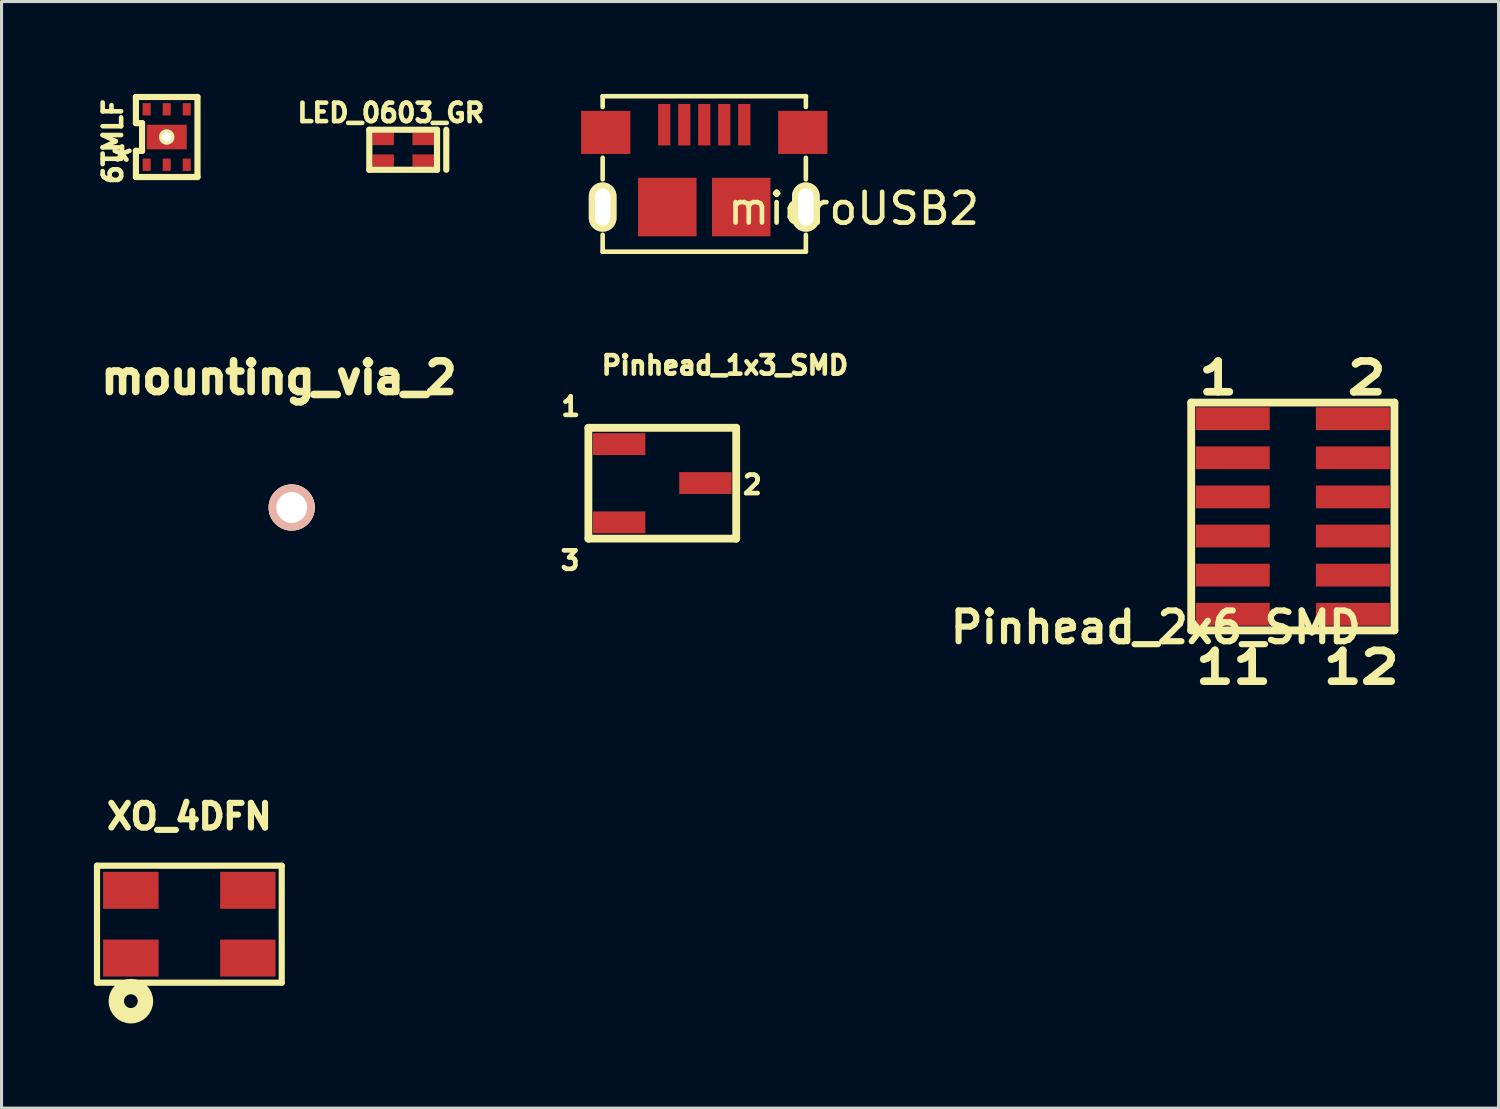
<source format=kicad_pcb>
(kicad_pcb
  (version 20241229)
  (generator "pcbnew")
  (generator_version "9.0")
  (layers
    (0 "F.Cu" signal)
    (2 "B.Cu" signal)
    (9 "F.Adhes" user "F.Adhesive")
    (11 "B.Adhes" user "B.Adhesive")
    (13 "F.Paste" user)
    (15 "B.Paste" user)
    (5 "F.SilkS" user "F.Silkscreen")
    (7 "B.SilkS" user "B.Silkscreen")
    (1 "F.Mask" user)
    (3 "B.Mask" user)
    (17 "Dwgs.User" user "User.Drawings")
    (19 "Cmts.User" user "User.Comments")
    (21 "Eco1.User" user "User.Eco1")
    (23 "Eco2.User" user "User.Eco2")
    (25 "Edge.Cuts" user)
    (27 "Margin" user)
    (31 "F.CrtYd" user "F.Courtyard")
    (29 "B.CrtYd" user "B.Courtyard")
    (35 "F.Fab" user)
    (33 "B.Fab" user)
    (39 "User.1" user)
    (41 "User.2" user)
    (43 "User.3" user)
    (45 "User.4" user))
  (footprint "Pinhead_1x3_SMD"
    (layer "F.Cu")
    (at 18.46 12.644)
    (property "Reference" "Pinhead_1x3_SMD" (at 2.035 -3.83 0) (layer "F.SilkS") (effects (font (size 0.6 0.6) (thickness 0.15))))
    (attr smd)
    (fp_line (start -2.4 -1.8) (end -2.4 1.8) (stroke (width 0.254) (type solid)) (layer "F.SilkS"))
    (fp_line (start -2.4 -1.8) (end 2.4 -1.8) (stroke (width 0.254) (type solid)) (layer "F.SilkS"))
    (fp_line (start -2.4 1.8) (end 2.4 1.8) (stroke (width 0.254) (type solid)) (layer "F.SilkS"))
    (fp_line (start 2.4 1.8) (end 2.4 -1.8) (stroke (width 0.254) (type solid)) (layer "F.SilkS"))
    (fp_text user "1" (at -2.975 -2.49 0) (layer "F.SilkS") (effects (font (size 0.6 0.6) (thickness 0.15))))
    (fp_text user "3" (at -2.995 2.51 0) (layer "F.SilkS") (effects (font (size 0.6 0.6) (thickness 0.15))))
    (fp_text user "2" (at 2.925 0.05 0) (layer "F.SilkS") (effects (font (size 0.6 0.6) (thickness 0.15))))
    (pad "1" smd rect (at -1.4 -1.27) (size 1.7 0.71) (layers "F.Cu" "F.Mask" "F.Paste"))
    (pad "2" smd rect (at 1.4 -0.005) (size 1.7 0.71) (layers "F.Cu" "F.Mask" "F.Paste"))
    (pad "3" smd rect (at -1.4 1.27) (size 1.7 0.71) (layers "F.Cu" "F.Mask" "F.Paste")))
  (footprint "XO_4DFN"
    (layer "F.Cu")
    (at 3.1 26.966)
    (property "Reference" "XO_4DFN" (at 0 -3.5 0) (layer "F.SilkS") (effects (font (size 0.8 0.8) (thickness 0.2))))
    (attr through_hole)
    (fp_line (start -3 -1.9) (end -3 1.9) (stroke (width 0.2) (type solid)) (layer "F.SilkS"))
    (fp_line (start -3 1.9) (end 3 1.9) (stroke (width 0.2) (type solid)) (layer "F.SilkS"))
    (fp_line (start 3 -1.9) (end -3 -1.9) (stroke (width 0.2) (type solid)) (layer "F.SilkS"))
    (fp_line (start 3 1.9) (end 3 -1.9) (stroke (width 0.2) (type solid)) (layer "F.SilkS"))
    (fp_circle (center -1.9 2.5) (end -1.7 2.6) (stroke (width 0.5) (type solid)) (fill no) (layer "F.SilkS"))
    (pad "1" smd rect (at -1.9 1.1) (size 1.8 1.2) (layers "F.Cu" "F.Mask" "F.Paste"))
    (pad "2" smd rect (at 1.9 1.1) (size 1.8 1.2) (layers "F.Cu" "F.Mask" "F.Paste"))
    (pad "3" smd rect (at 1.9 -1.1) (size 1.8 1.2) (layers "F.Cu" "F.Mask" "F.Paste"))
    (pad "4" smd rect (at -1.9 -1.1) (size 1.8 1.2) (layers "F.Cu" "F.Mask" "F.Paste")))
  (footprint "6TMLF"
    (layer "F.Cu")
    (at 2.364 1.4)
    (property "Reference" "6TMLF" (at -1.75 0.15 90) (layer "F.SilkS") (effects (font (size 0.6 0.6) (thickness 0.15))))
    (attr smd)
    (fp_line (start -1 -1.3) (end 1 -1.3) (stroke (width 0.2) (type solid)) (layer "F.SilkS"))
    (fp_line (start -1 -0.45) (end -1 -1.3) (stroke (width 0.2) (type solid)) (layer "F.SilkS"))
    (fp_line (start -1 -0.45) (end -0.8 -0.45) (stroke (width 0.2) (type solid)) (layer "F.SilkS"))
    (fp_line (start -1 0.45) (end -1 1.3) (stroke (width 0.2) (type solid)) (layer "F.SilkS"))
    (fp_line (start -1 1.3) (end 1 1.3) (stroke (width 0.2) (type solid)) (layer "F.SilkS"))
    (fp_line (start -0.8 -0.45) (end -0.8 0.45) (stroke (width 0.2) (type solid)) (layer "F.SilkS"))
    (fp_line (start -0.8 0.45) (end -1 0.45) (stroke (width 0.2) (type solid)) (layer "F.SilkS"))
    (fp_line (start 1 -1.3) (end 1 1.3) (stroke (width 0.2) (type solid)) (layer "F.SilkS"))
    (fp_text user "*" (at -1.45 0.85 0) (layer "F.SilkS") (effects (font (size 1 1) (thickness 0.15))))
    (pad "1" smd rect (at -0.65 0.9) (size 0.26 0.4) (layers "F.Cu" "F.Mask" "F.Paste"))
    (pad "2" smd rect (at 0 0.9) (size 0.26 0.4) (layers "F.Cu" "F.Mask" "F.Paste"))
    (pad "3" smd rect (at 0.65 0.9) (size 0.26 0.4) (layers "F.Cu" "F.Mask" "F.Paste"))
    (pad "4" smd rect (at 0.65 -0.9) (size 0.26 0.4) (layers "F.Cu" "F.Mask" "F.Paste"))
    (pad "5" smd rect (at 0 -0.9) (size 0.26 0.4) (layers "F.Cu" "F.Mask" "F.Paste"))
    (pad "6" smd rect (at -0.65 -0.9) (size 0.26 0.4) (layers "F.Cu" "F.Mask" "F.Paste"))
    (pad "7" thru_hole circle (at 0 0) (size 0.5 0.5) (drill 0.3) (layers "*.Cu" "*.Mask" "F.SilkS"))
    (pad "7" smd rect (at 0 0) (size 1.3 0.8) (layers "F.Cu" "F.Mask" "F.Paste")))
  (footprint "mounting_via_2"
    (layer "F.Cu")
    (at 6.424 13.433)
    (property "Reference" "mounting_via_2" (at -0.417 -4.216 0) (layer "F.SilkS") (effects (font (size 0.998 0.996) (thickness 0.246))))
    (attr through_hole)
    (pad "1" thru_hole circle (at 0 0) (size 1.5 1.5) (drill 1) (layers "*.Cu" "*.SilkS" "*.Mask")))
  (footprint "Pinhead_2x6_SMD"
    (layer "F.Cu")
    (at 38.938 13.724)
    (property "Reference" "Pinhead_2x6_SMD" (at -4.45 3.6 0) (layer "F.SilkS") (effects (font (size 1 1) (thickness 0.2))))
    (attr through_hole)
    (fp_line (start -3.3 -3.7) (end -3.3 3.7) (stroke (width 0.254) (type solid)) (layer "F.SilkS"))
    (fp_line (start -3.3 -3.7) (end 3.3 -3.7) (stroke (width 0.254) (type solid)) (layer "F.SilkS"))
    (fp_line (start -3.3 3.7) (end 3.3 3.7) (stroke (width 0.254) (type solid)) (layer "F.SilkS"))
    (fp_line (start 3.3 3.7) (end 3.3 -3.7) (stroke (width 0.254) (type solid)) (layer "F.SilkS"))
    (fp_text user "1" (at -2.425 -4.5 0) (layer "F.SilkS") (effects (font (size 1 1.27) (thickness 0.25))))
    (fp_text user "2" (at 2.4 -4.5 0) (layer "F.SilkS") (effects (font (size 1 1.27) (thickness 0.25))))
    (fp_text user "12" (at 2.225 4.9 0) (layer "F.SilkS") (effects (font (size 1 1.27) (thickness 0.25))))
    (fp_text user "11" (at -1.925 4.9 0) (layer "F.SilkS") (effects (font (size 1 1.27) (thickness 0.25))))
    (pad "1" smd rect (at -1.95 -3.175) (size 2.4 0.74) (layers "F.Cu" "F.Mask" "F.Paste"))
    (pad "2" smd rect (at 1.95 -3.175) (size 2.4 0.74) (layers "F.Cu" "F.Mask" "F.Paste"))
    (pad "3" smd rect (at -1.95 -1.905) (size 2.4 0.74) (layers "F.Cu" "F.Mask" "F.Paste"))
    (pad "4" smd rect (at 1.95 -1.905) (size 2.4 0.74) (layers "F.Cu" "F.Mask" "F.Paste"))
    (pad "5" smd rect (at -1.95 -0.635) (size 2.4 0.74) (layers "F.Cu" "F.Mask" "F.Paste"))
    (pad "6" smd rect (at 1.95 -0.635) (size 2.4 0.74) (layers "F.Cu" "F.Mask" "F.Paste"))
    (pad "7" smd rect (at -1.95 0.635) (size 2.4 0.74) (layers "F.Cu" "F.Mask" "F.Paste"))
    (pad "8" smd rect (at 1.95 0.635) (size 2.4 0.74) (layers "F.Cu" "F.Mask" "F.Paste"))
    (pad "9" smd rect (at -1.95 1.905) (size 2.4 0.74) (layers "F.Cu" "F.Mask" "F.Paste"))
    (pad "10" smd rect (at 1.95 1.905) (size 2.4 0.74) (layers "F.Cu" "F.Mask" "F.Paste"))
    (pad "11" smd rect (at -1.95 3.175) (size 2.4 0.74) (layers "F.Cu" "F.Mask" "F.Paste"))
    (pad "12" smd rect (at 1.95 3.175) (size 2.4 0.74) (layers "F.Cu" "F.Mask" "F.Paste")))
  (footprint "microUSB2"
    (layer "F.Cu")
    (at 19.823 3.675)
    (property "Reference" "microUSB2" (at 4.85 0.05 0) (layer "F.SilkS") (effects (font (size 1 1) (thickness 0.15))))
    (attr through_hole)
    (fp_line (start -3.3 -3.6) (end -3.3 -3.25) (stroke (width 0.15) (type solid)) (layer "F.SilkS"))
    (fp_line (start -3.3 -3.6) (end 3.3 -3.6) (stroke (width 0.15) (type solid)) (layer "F.SilkS"))
    (fp_line (start -3.3 -1.6) (end -3.3 -0.9) (stroke (width 0.15) (type solid)) (layer "F.SilkS"))
    (fp_line (start -3.3 1.45) (end -3.3 0.9) (stroke (width 0.15) (type solid)) (layer "F.SilkS"))
    (fp_line (start -3.3 1.45) (end 3.3 1.45) (stroke (width 0.15) (type solid)) (layer "F.SilkS"))
    (fp_line (start 3.3 -3.6) (end 3.3 -3.25) (stroke (width 0.15) (type solid)) (layer "F.SilkS"))
    (fp_line (start 3.3 -1.6) (end 3.3 -0.9) (stroke (width 0.15) (type solid)) (layer "F.SilkS"))
    (fp_line (start 3.3 1.45) (end 3.3 0.9) (stroke (width 0.15) (type solid)) (layer "F.SilkS"))
    (pad "1" smd rect (at -1.3 -2.675) (size 0.4 1.35) (layers "F.Cu" "F.Mask" "F.Paste"))
    (pad "2" smd rect (at -0.65 -2.675) (size 0.4 1.35) (layers "F.Cu" "F.Mask" "F.Paste"))
    (pad "3" smd rect (at 0 -2.675) (size 0.4 1.35) (layers "F.Cu" "F.Mask" "F.Paste"))
    (pad "4" smd rect (at 0.65 -2.675) (size 0.4 1.35) (layers "F.Cu" "F.Mask" "F.Paste"))
    (pad "5" smd rect (at 1.3 -2.675) (size 0.4 1.35) (layers "F.Cu" "F.Mask" "F.Paste"))
    (pad "6" thru_hole oval (at -3.3 0) (size 0.9 1.6) (drill oval 0.5 1.2) (layers "*.Cu" "*.Paste" "*.Mask" "F.SilkS"))
    (pad "6" smd rect (at -3.2 -2.425) (size 1.6 1.4) (layers "F.Cu" "F.Mask" "F.Paste"))
    (pad "6" smd rect (at -1.2 0) (size 1.9 1.9) (layers "F.Cu" "F.Mask" "F.Paste"))
    (pad "6" smd rect (at 1.2 0) (size 1.9 1.9) (layers "F.Cu" "F.Mask" "F.Paste"))
    (pad "6" smd rect (at 3.2 -2.425) (size 1.6 1.4) (layers "F.Cu" "F.Mask" "F.Paste"))
    (pad "6" thru_hole oval (at 3.3 0) (size 0.9 1.6) (drill oval 0.5 1.2) (layers "*.Cu" "*.Paste" "*.Mask" "F.SilkS")))
  (footprint "LED_0603_GR"
    (layer "F.Cu")
    (at 10.044 1.814)
    (property "Reference" "LED_0603_GR" (at -0.4 -1.2 0) (layer "F.SilkS") (effects (font (size 0.6 0.6) (thickness 0.15))))
    (attr smd)
    (fp_line (start -1.1 -0.65) (end -1.1 0.65) (stroke (width 0.2) (type solid)) (layer "F.SilkS"))
    (fp_line (start -1.1 0.65) (end 1.1 0.65) (stroke (width 0.2) (type solid)) (layer "F.SilkS"))
    (fp_line (start 1.1 -0.65) (end -1.1 -0.65) (stroke (width 0.2) (type solid)) (layer "F.SilkS"))
    (fp_line (start 1.1 0.65) (end 1.1 -0.65) (stroke (width 0.2) (type solid)) (layer "F.SilkS"))
    (fp_line (start 1.4 -0.65) (end 1.4 0.65) (stroke (width 0.2) (type solid)) (layer "F.SilkS"))
    (pad "1" smd rect (at -0.65 -0.35) (size 0.7 0.4) (layers "F.Cu" "F.Mask" "F.Paste"))
    (pad "2" smd rect (at -0.65 0.35) (size 0.7 0.4) (layers "F.Cu" "F.Mask" "F.Paste"))
    (pad "3" smd rect (at 0.65 -0.35) (size 0.7 0.4) (layers "F.Cu" "F.Mask" "F.Paste"))
    (pad "4" smd rect (at 0.65 0.35) (size 0.7 0.4) (layers "F.Cu" "F.Mask" "F.Paste")))
  (gr_rect
    (start -3 -3)
    (end 45.621 32.94)
    (stroke (width 0.1) (type default))
    (fill no)
    (layer "Edge.Cuts")))
</source>
